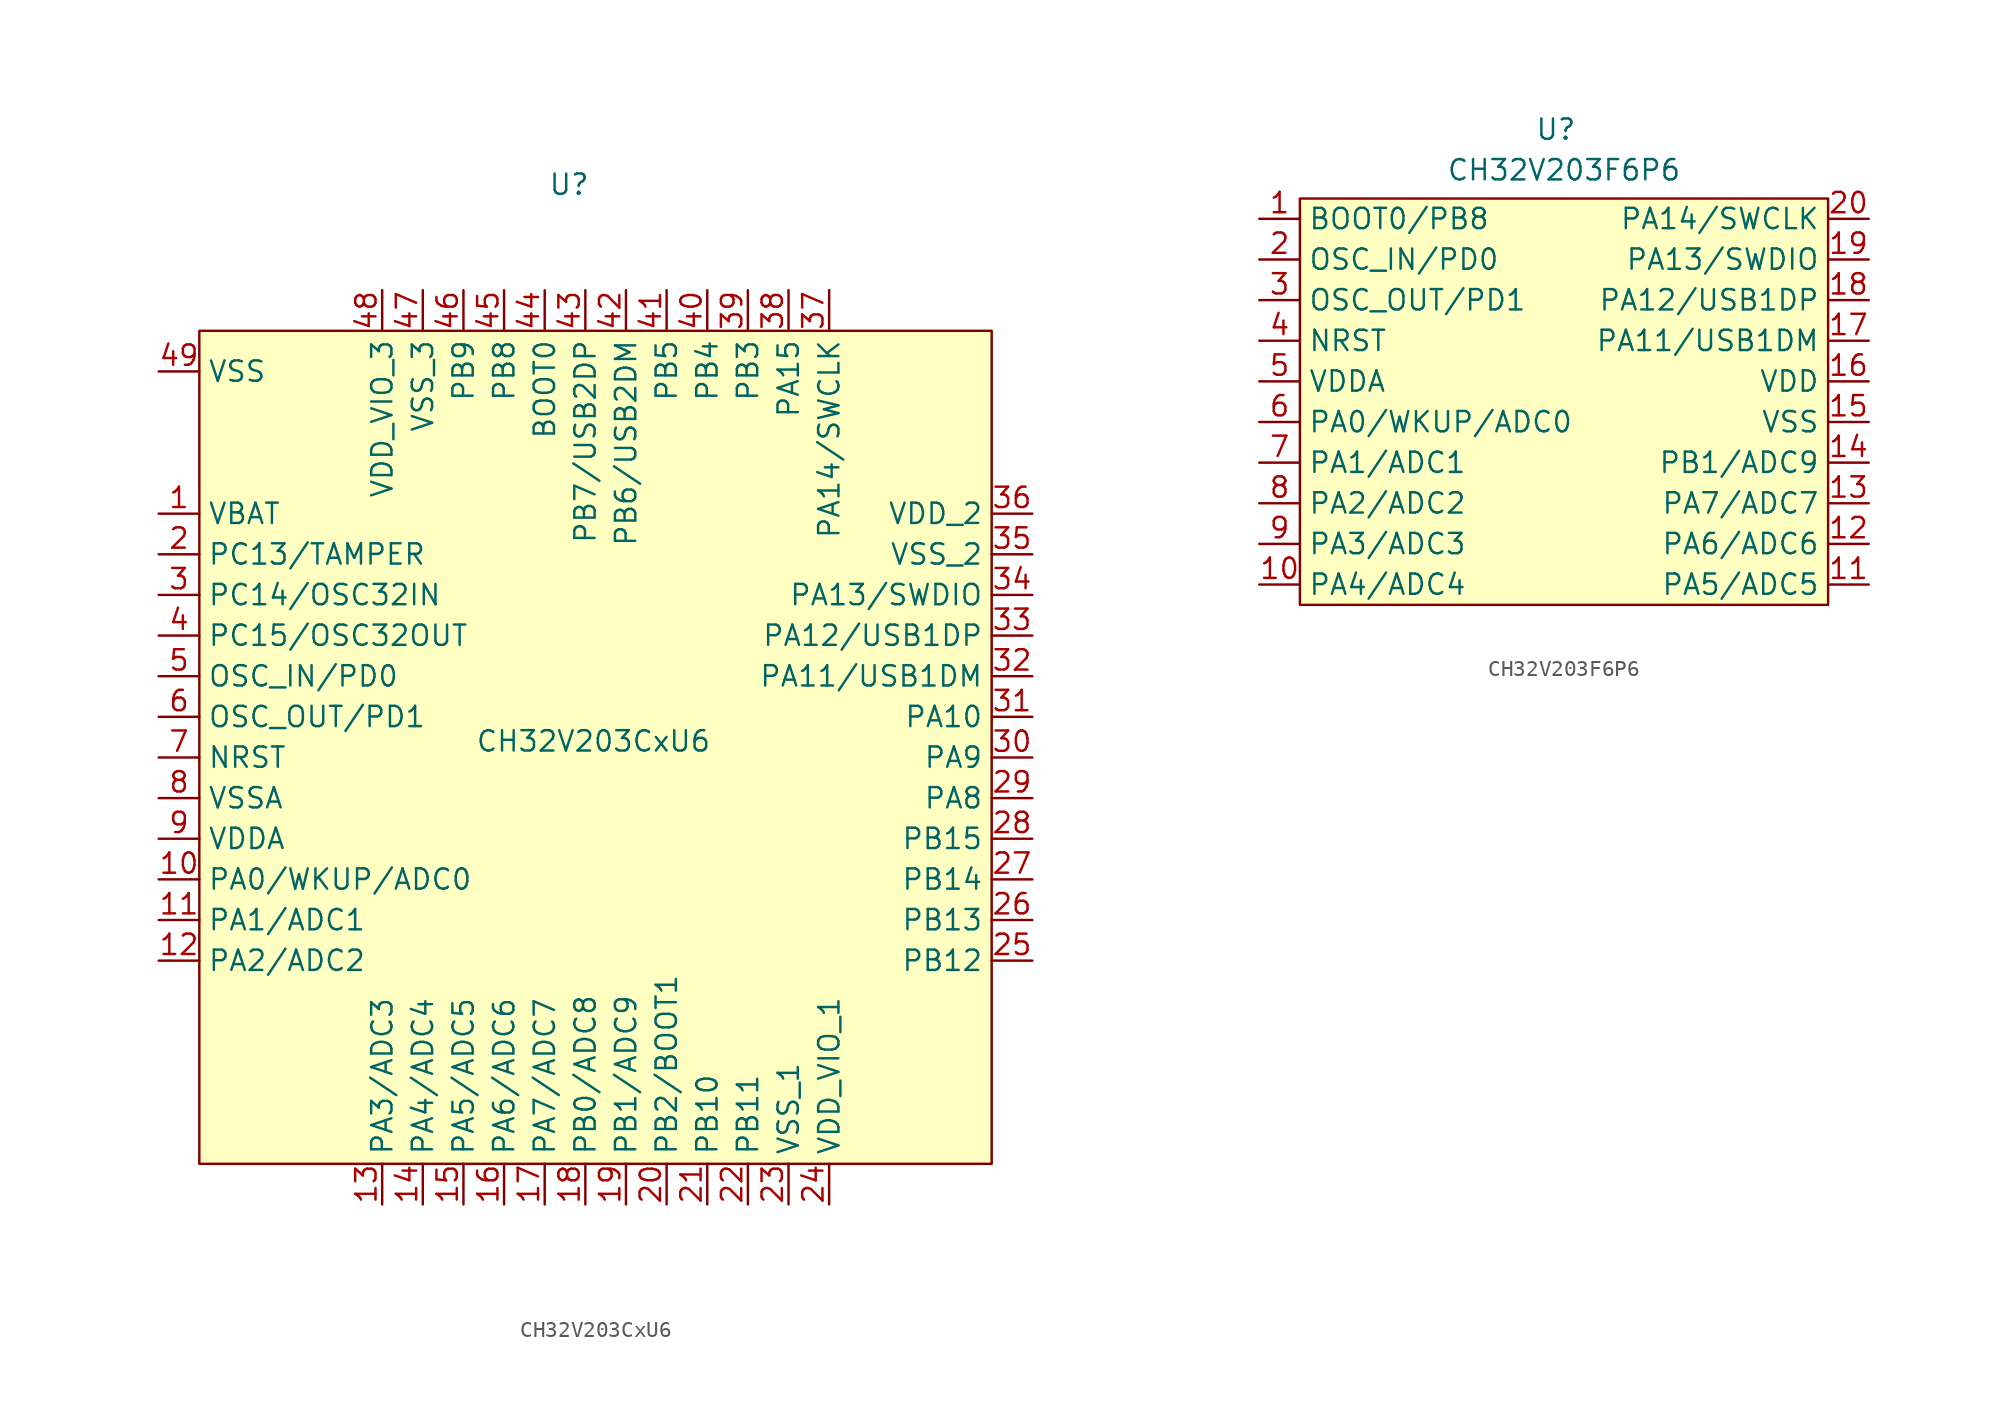
<source format=kicad_sym>
(kicad_symbol_lib
  (version 20231120)
  (generator "kicad_symbol_editor")
  (generator_version "8.0")
  (symbol "CH32V203CxU6"
    (property "Reference" "U"
      (at 0.254 34.544 0)
      (effects (font (size 1.27 1.27))))
    (property "Value" "CH32V203CxU6"
      (at 1.778 -0.254 0)
      (effects (font (size 1.27 1.27))))
    (symbol "CH32V203CxU6_0_0"
      (pin power_in line (at -25.4 13.97 0) (length 2.54) (name "VBAT" (effects (font (size 1.27 1.27)))) (number "1" (effects (font (size 1.27 1.27)))))
      (pin bidirectional line (at -25.4 -8.89 0) (length 2.54) (name "PA0/WKUP/ADC0" (effects (font (size 1.27 1.27)))) (number "10" (effects (font (size 1.27 1.27)))))
      (pin bidirectional line (at -25.4 -11.43 0) (length 2.54) (name "PA1/ADC1" (effects (font (size 1.27 1.27)))) (number "11" (effects (font (size 1.27 1.27)))))
      (pin bidirectional line (at -25.4 -13.97 0) (length 2.54) (name "PA2/ADC2" (effects (font (size 1.27 1.27)))) (number "12" (effects (font (size 1.27 1.27)))))
      (pin bidirectional line (at -11.43 -29.21 90) (length 2.54) (name "PA3/ADC3" (effects (font (size 1.27 1.27)))) (number "13" (effects (font (size 1.27 1.27)))))
      (pin bidirectional line (at -8.89 -29.21 90) (length 2.54) (name "PA4/ADC4" (effects (font (size 1.27 1.27)))) (number "14" (effects (font (size 1.27 1.27)))))
      (pin bidirectional line (at -6.35 -29.21 90) (length 2.54) (name "PA5/ADC5" (effects (font (size 1.27 1.27)))) (number "15" (effects (font (size 1.27 1.27)))))
      (pin bidirectional line (at -3.81 -29.21 90) (length 2.54) (name "PA6/ADC6" (effects (font (size 1.27 1.27)))) (number "16" (effects (font (size 1.27 1.27)))))
      (pin bidirectional line (at -1.27 -29.21 90) (length 2.54) (name "PA7/ADC7" (effects (font (size 1.27 1.27)))) (number "17" (effects (font (size 1.27 1.27)))))
      (pin bidirectional line (at 1.27 -29.21 90) (length 2.54) (name "PB0/ADC8" (effects (font (size 1.27 1.27)))) (number "18" (effects (font (size 1.27 1.27)))))
      (pin bidirectional line (at 3.81 -29.21 90) (length 2.54) (name "PB1/ADC9" (effects (font (size 1.27 1.27)))) (number "19" (effects (font (size 1.27 1.27)))))
      (pin bidirectional line (at -25.4 11.43 0) (length 2.54) (name "PC13/TAMPER" (effects (font (size 1.27 1.27)))) (number "2" (effects (font (size 1.27 1.27)))))
      (pin bidirectional line (at 6.35 -29.21 90) (length 2.54) (name "PB2/BOOT1" (effects (font (size 1.27 1.27)))) (number "20" (effects (font (size 1.27 1.27)))))
      (pin bidirectional line (at 8.89 -29.21 90) (length 2.54) (name "PB10" (effects (font (size 1.27 1.27)))) (number "21" (effects (font (size 1.27 1.27)))))
      (pin bidirectional line (at 11.43 -29.21 90) (length 2.54) (name "PB11" (effects (font (size 1.27 1.27)))) (number "22" (effects (font (size 1.27 1.27)))))
      (pin power_in line (at 13.97 -29.21 90) (length 2.54) (name "VSS_1" (effects (font (size 1.27 1.27)))) (number "23" (effects (font (size 1.27 1.27)))))
      (pin power_in line (at 16.51 -29.21 90) (length 2.54) (name "VDD_VIO_1" (effects (font (size 1.27 1.27)))) (number "24" (effects (font (size 1.27 1.27)))))
      (pin bidirectional line (at 29.21 -13.97 180) (length 2.54) (name "PB12" (effects (font (size 1.27 1.27)))) (number "25" (effects (font (size 1.27 1.27)))))
      (pin bidirectional line (at 29.21 -11.43 180) (length 2.54) (name "PB13" (effects (font (size 1.27 1.27)))) (number "26" (effects (font (size 1.27 1.27)))))
      (pin bidirectional line (at 29.21 -8.89 180) (length 2.54) (name "PB14" (effects (font (size 1.27 1.27)))) (number "27" (effects (font (size 1.27 1.27)))))
      (pin bidirectional line (at 29.21 -6.35 180) (length 2.54) (name "PB15" (effects (font (size 1.27 1.27)))) (number "28" (effects (font (size 1.27 1.27)))))
      (pin bidirectional line (at 29.21 -3.81 180) (length 2.54) (name "PA8" (effects (font (size 1.27 1.27)))) (number "29" (effects (font (size 1.27 1.27)))))
      (pin bidirectional line (at -25.4 8.89 0) (length 2.54) (name "PC14/OSC32IN" (effects (font (size 1.27 1.27)))) (number "3" (effects (font (size 1.27 1.27)))))
      (pin bidirectional line (at 29.21 -1.27 180) (length 2.54) (name "PA9" (effects (font (size 1.27 1.27)))) (number "30" (effects (font (size 1.27 1.27)))))
      (pin bidirectional line (at 29.21 1.27 180) (length 2.54) (name "PA10" (effects (font (size 1.27 1.27)))) (number "31" (effects (font (size 1.27 1.27)))))
      (pin bidirectional line (at 29.21 3.81 180) (length 2.54) (name "PA11/USB1DM" (effects (font (size 1.27 1.27)))) (number "32" (effects (font (size 1.27 1.27)))))
      (pin bidirectional line (at 29.21 6.35 180) (length 2.54) (name "PA12/USB1DP" (effects (font (size 1.27 1.27)))) (number "33" (effects (font (size 1.27 1.27)))))
      (pin bidirectional line (at 29.21 8.89 180) (length 2.54) (name "PA13/SWDIO" (effects (font (size 1.27 1.27)))) (number "34" (effects (font (size 1.27 1.27)))))
      (pin power_in line (at 29.21 11.43 180) (length 2.54) (name "VSS_2" (effects (font (size 1.27 1.27)))) (number "35" (effects (font (size 1.27 1.27)))))
      (pin power_in line (at 29.21 13.97 180) (length 2.54) (name "VDD_2" (effects (font (size 1.27 1.27)))) (number "36" (effects (font (size 1.27 1.27)))))
      (pin bidirectional line (at 16.51 27.94 270) (length 2.54) (name "PA14/SWCLK" (effects (font (size 1.27 1.27)))) (number "37" (effects (font (size 1.27 1.27)))))
      (pin bidirectional line (at 13.97 27.94 270) (length 2.54) (name "PA15" (effects (font (size 1.27 1.27)))) (number "38" (effects (font (size 1.27 1.27)))))
      (pin bidirectional line (at 11.43 27.94 270) (length 2.54) (name "PB3" (effects (font (size 1.27 1.27)))) (number "39" (effects (font (size 1.27 1.27)))))
      (pin bidirectional line (at -25.4 6.35 0) (length 2.54) (name "PC15/OSC32OUT" (effects (font (size 1.27 1.27)))) (number "4" (effects (font (size 1.27 1.27)))))
      (pin bidirectional line (at 8.89 27.94 270) (length 2.54) (name "PB4" (effects (font (size 1.27 1.27)))) (number "40" (effects (font (size 1.27 1.27)))))
      (pin bidirectional line (at 6.35 27.94 270) (length 2.54) (name "PB5" (effects (font (size 1.27 1.27)))) (number "41" (effects (font (size 1.27 1.27)))))
      (pin bidirectional line (at 3.81 27.94 270) (length 2.54) (name "PB6/USB2DM" (effects (font (size 1.27 1.27)))) (number "42" (effects (font (size 1.27 1.27)))))
      (pin bidirectional line (at 1.27 27.94 270) (length 2.54) (name "PB7/USB2DP" (effects (font (size 1.27 1.27)))) (number "43" (effects (font (size 1.27 1.27)))))
      (pin bidirectional line (at -1.27 27.94 270) (length 2.54) (name "BOOT0" (effects (font (size 1.27 1.27)))) (number "44" (effects (font (size 1.27 1.27)))))
      (pin bidirectional line (at -3.81 27.94 270) (length 2.54) (name "PB8" (effects (font (size 1.27 1.27)))) (number "45" (effects (font (size 1.27 1.27)))))
      (pin bidirectional line (at -6.35 27.94 270) (length 2.54) (name "PB9" (effects (font (size 1.27 1.27)))) (number "46" (effects (font (size 1.27 1.27)))))
      (pin power_in line (at -8.89 27.94 270) (length 2.54) (name "VSS_3" (effects (font (size 1.27 1.27)))) (number "47" (effects (font (size 1.27 1.27)))))
      (pin power_in line (at -11.43 27.94 270) (length 2.54) (name "VDD_VIO_3" (effects (font (size 1.27 1.27)))) (number "48" (effects (font (size 1.27 1.27)))))
      (pin power_in line (at -25.4 22.86 0) (length 2.54) (name "VSS" (effects (font (size 1.27 1.27)))) (number "49" (effects (font (size 1.27 1.27)))))
      (pin bidirectional line (at -25.4 3.81 0) (length 2.54) (name "OSC_IN/PD0" (effects (font (size 1.27 1.27)))) (number "5" (effects (font (size 1.27 1.27)))))
      (pin bidirectional line (at -25.4 1.27 0) (length 2.54) (name "OSC_OUT/PD1" (effects (font (size 1.27 1.27)))) (number "6" (effects (font (size 1.27 1.27)))))
      (pin bidirectional line (at -25.4 -1.27 0) (length 2.54) (name "NRST" (effects (font (size 1.27 1.27)))) (number "7" (effects (font (size 1.27 1.27)))))
      (pin power_in line (at -25.4 -3.81 0) (length 2.54) (name "VSSA" (effects (font (size 1.27 1.27)))) (number "8" (effects (font (size 1.27 1.27)))))
      (pin power_in line (at -25.4 -6.35 0) (length 2.54) (name "VDDA" (effects (font (size 1.27 1.27)))) (number "9" (effects (font (size 1.27 1.27))))))
    (symbol "CH32V203CxU6_1_1"
      (rectangle (start -22.86 25.4) (end 26.67 -26.67) (stroke (width 0) (type default)) (fill (type background)))))
  (symbol "CH32V203F6P6"
    (property "Reference" "U"
      (at -0.508 15.748 0)
      (effects (font (size 1.27 1.27))))
    (property "Value" "CH32V203F6P6"
      (at 0 13.208 0)
      (effects (font (size 1.27 1.27))))
    (symbol "CH32V203F6P6_0_0"
      (pin bidirectional line (at -19.05 10.16 0) (length 2.54) (name "BOOT0/PB8" (effects (font (size 1.27 1.27)))) (number "1" (effects (font (size 1.27 1.27)))))
      (pin bidirectional line (at -19.05 -12.7 0) (length 2.54) (name "PA4/ADC4" (effects (font (size 1.27 1.27)))) (number "10" (effects (font (size 1.27 1.27)))))
      (pin bidirectional line (at 19.05 -12.7 180) (length 2.54) (name "PA5/ADC5" (effects (font (size 1.27 1.27)))) (number "11" (effects (font (size 1.27 1.27)))))
      (pin bidirectional line (at 19.05 -10.16 180) (length 2.54) (name "PA6/ADC6" (effects (font (size 1.27 1.27)))) (number "12" (effects (font (size 1.27 1.27)))))
      (pin bidirectional line (at 19.05 -7.62 180) (length 2.54) (name "PA7/ADC7" (effects (font (size 1.27 1.27)))) (number "13" (effects (font (size 1.27 1.27)))))
      (pin bidirectional line (at 19.05 -5.08 180) (length 2.54) (name "PB1/ADC9" (effects (font (size 1.27 1.27)))) (number "14" (effects (font (size 1.27 1.27)))))
      (pin power_in line (at 19.05 -2.54 180) (length 2.54) (name "VSS" (effects (font (size 1.27 1.27)))) (number "15" (effects (font (size 1.27 1.27)))))
      (pin power_in line (at 19.05 0 180) (length 2.54) (name "VDD" (effects (font (size 1.27 1.27)))) (number "16" (effects (font (size 1.27 1.27)))))
      (pin bidirectional line (at 19.05 2.54 180) (length 2.54) (name "PA11/USB1DM" (effects (font (size 1.27 1.27)))) (number "17" (effects (font (size 1.27 1.27)))))
      (pin bidirectional line (at 19.05 5.08 180) (length 2.54) (name "PA12/USB1DP" (effects (font (size 1.27 1.27)))) (number "18" (effects (font (size 1.27 1.27)))))
      (pin bidirectional line (at 19.05 7.62 180) (length 2.54) (name "PA13/SWDIO" (effects (font (size 1.27 1.27)))) (number "19" (effects (font (size 1.27 1.27)))))
      (pin bidirectional line (at -19.05 7.62 0) (length 2.54) (name "OSC_IN/PD0" (effects (font (size 1.27 1.27)))) (number "2" (effects (font (size 1.27 1.27)))))
      (pin bidirectional line (at 19.05 10.16 180) (length 2.54) (name "PA14/SWCLK" (effects (font (size 1.27 1.27)))) (number "20" (effects (font (size 1.27 1.27)))))
      (pin bidirectional line (at -19.05 5.08 0) (length 2.54) (name "OSC_OUT/PD1" (effects (font (size 1.27 1.27)))) (number "3" (effects (font (size 1.27 1.27)))))
      (pin bidirectional line (at -19.05 2.54 0) (length 2.54) (name "NRST" (effects (font (size 1.27 1.27)))) (number "4" (effects (font (size 1.27 1.27)))))
      (pin power_in line (at -19.05 0 0) (length 2.54) (name "VDDA" (effects (font (size 1.27 1.27)))) (number "5" (effects (font (size 1.27 1.27)))))
      (pin bidirectional line (at -19.05 -2.54 0) (length 2.54) (name "PA0/WKUP/ADC0" (effects (font (size 1.27 1.27)))) (number "6" (effects (font (size 1.27 1.27)))))
      (pin bidirectional line (at -19.05 -5.08 0) (length 2.54) (name "PA1/ADC1" (effects (font (size 1.27 1.27)))) (number "7" (effects (font (size 1.27 1.27)))))
      (pin bidirectional line (at -19.05 -7.62 0) (length 2.54) (name "PA2/ADC2" (effects (font (size 1.27 1.27)))) (number "8" (effects (font (size 1.27 1.27)))))
      (pin bidirectional line (at -19.05 -10.16 0) (length 2.54) (name "PA3/ADC3" (effects (font (size 1.27 1.27)))) (number "9" (effects (font (size 1.27 1.27))))))
    (symbol "CH32V203F6P6_1_1"
      (rectangle (start -16.51 11.43) (end 16.51 -13.97) (stroke (width 0) (type default)) (fill (type background))))))
</source>
